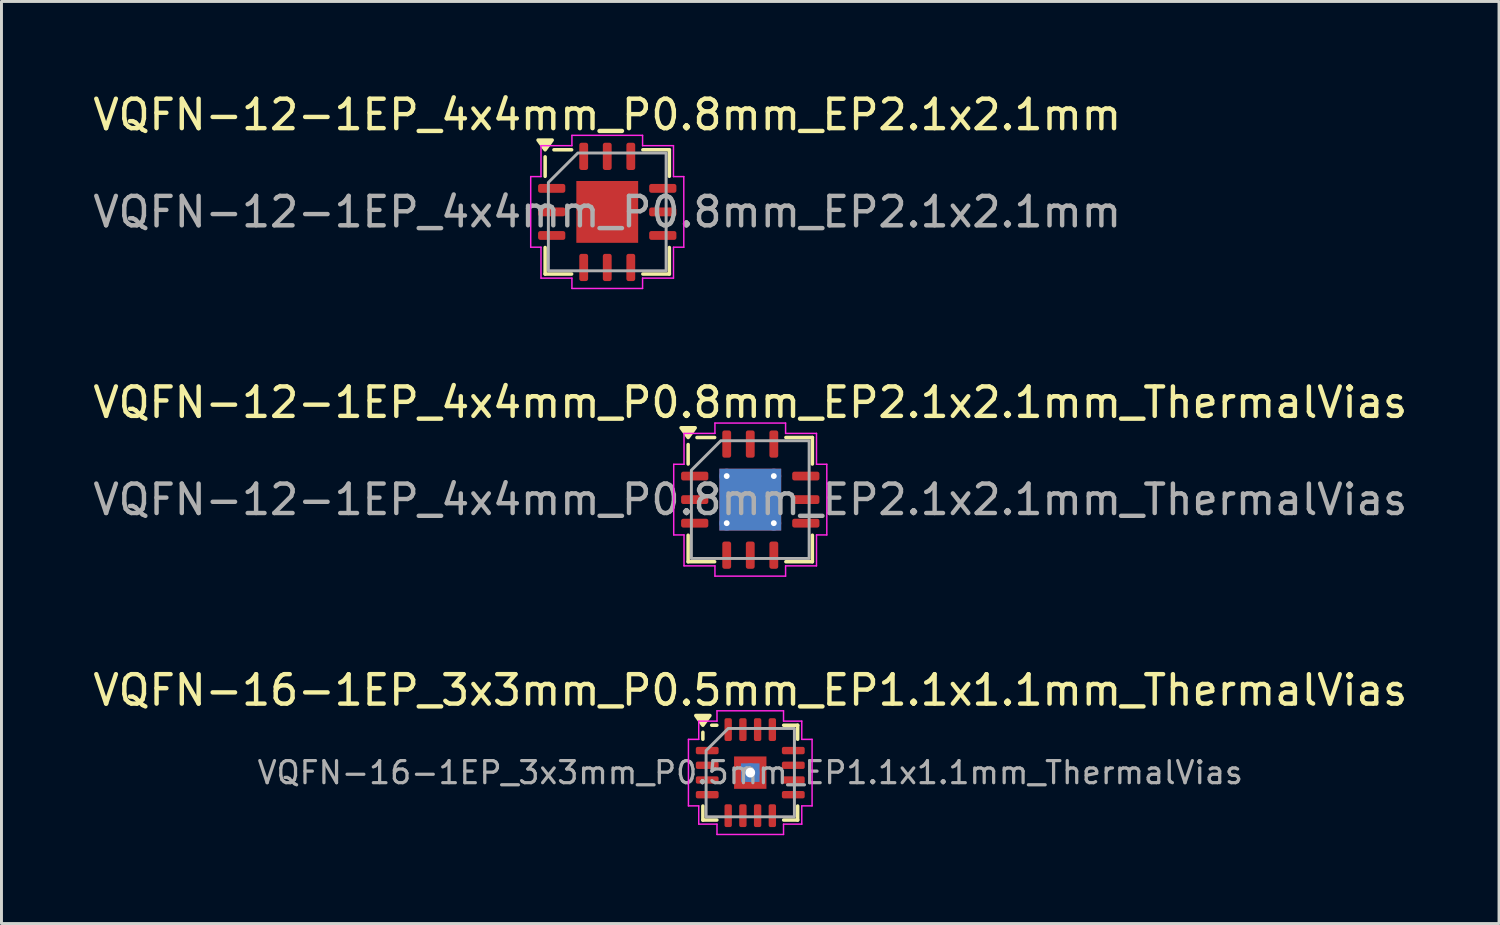
<source format=kicad_pcb>
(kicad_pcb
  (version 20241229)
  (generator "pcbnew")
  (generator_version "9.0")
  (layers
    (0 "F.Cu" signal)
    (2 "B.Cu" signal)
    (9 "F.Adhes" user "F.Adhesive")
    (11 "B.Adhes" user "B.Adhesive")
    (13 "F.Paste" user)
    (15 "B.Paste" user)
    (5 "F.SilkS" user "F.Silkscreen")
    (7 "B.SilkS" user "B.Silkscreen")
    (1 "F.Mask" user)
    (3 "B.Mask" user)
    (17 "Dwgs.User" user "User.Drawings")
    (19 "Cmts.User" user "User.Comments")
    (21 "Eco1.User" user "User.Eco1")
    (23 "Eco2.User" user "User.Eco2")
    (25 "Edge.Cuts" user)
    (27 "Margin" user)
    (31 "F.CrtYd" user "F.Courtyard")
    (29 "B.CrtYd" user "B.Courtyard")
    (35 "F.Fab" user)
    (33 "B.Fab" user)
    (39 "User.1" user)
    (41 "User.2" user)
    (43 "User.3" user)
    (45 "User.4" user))
  (footprint "VQFN-16-1EP_3x3mm_P0.5mm_EP1.1x1.1mm_ThermalVias"
    (layer "F.Cu")
    (at 22.435 23.195)
    (property "Reference" "VQFN-16-1EP_3x3mm_P0.5mm_EP1.1x1.1mm_ThermalVias" (at 0 -2.8 0) (layer "F.SilkS") (effects (font (size 1 1) (thickness 0.15))))
    (attr smd)
    (fp_line (start -1.61 -1.135) (end -1.61 -1.37) (stroke (width 0.12) (type solid)) (layer "F.SilkS"))
    (fp_line (start -1.61 1.61) (end -1.61 1.135) (stroke (width 0.12) (type solid)) (layer "F.SilkS"))
    (fp_line (start -1.135 -1.61) (end -1.31 -1.61) (stroke (width 0.12) (type solid)) (layer "F.SilkS"))
    (fp_line (start -1.135 1.61) (end -1.61 1.61) (stroke (width 0.12) (type solid)) (layer "F.SilkS"))
    (fp_line (start 1.135 -1.61) (end 1.61 -1.61) (stroke (width 0.12) (type solid)) (layer "F.SilkS"))
    (fp_line (start 1.135 1.61) (end 1.61 1.61) (stroke (width 0.12) (type solid)) (layer "F.SilkS"))
    (fp_line (start 1.61 -1.61) (end 1.61 -1.135) (stroke (width 0.12) (type solid)) (layer "F.SilkS"))
    (fp_line (start 1.61 1.61) (end 1.61 1.135) (stroke (width 0.12) (type solid)) (layer "F.SilkS"))
    (fp_poly (pts (xy -1.61 -1.61) (xy -1.85 -1.94) (xy -1.37 -1.94)) (stroke (width 0.12) (type solid)) (fill yes) (layer "F.SilkS"))
    (fp_line (start -2.1 -1.13) (end -1.75 -1.13) (stroke (width 0.05) (type solid)) (layer "F.CrtYd"))
    (fp_line (start -2.1 1.13) (end -2.1 -1.13) (stroke (width 0.05) (type solid)) (layer "F.CrtYd"))
    (fp_line (start -1.75 -1.75) (end -1.13 -1.75) (stroke (width 0.05) (type solid)) (layer "F.CrtYd"))
    (fp_line (start -1.75 -1.13) (end -1.75 -1.75) (stroke (width 0.05) (type solid)) (layer "F.CrtYd"))
    (fp_line (start -1.75 1.13) (end -2.1 1.13) (stroke (width 0.05) (type solid)) (layer "F.CrtYd"))
    (fp_line (start -1.75 1.75) (end -1.75 1.13) (stroke (width 0.05) (type solid)) (layer "F.CrtYd"))
    (fp_line (start -1.13 -2.1) (end 1.13 -2.1) (stroke (width 0.05) (type solid)) (layer "F.CrtYd"))
    (fp_line (start -1.13 -1.75) (end -1.13 -2.1) (stroke (width 0.05) (type solid)) (layer "F.CrtYd"))
    (fp_line (start -1.13 1.75) (end -1.75 1.75) (stroke (width 0.05) (type solid)) (layer "F.CrtYd"))
    (fp_line (start -1.13 2.1) (end -1.13 1.75) (stroke (width 0.05) (type solid)) (layer "F.CrtYd"))
    (fp_line (start 1.13 -2.1) (end 1.13 -1.75) (stroke (width 0.05) (type solid)) (layer "F.CrtYd"))
    (fp_line (start 1.13 -1.75) (end 1.75 -1.75) (stroke (width 0.05) (type solid)) (layer "F.CrtYd"))
    (fp_line (start 1.13 1.75) (end 1.13 2.1) (stroke (width 0.05) (type solid)) (layer "F.CrtYd"))
    (fp_line (start 1.13 2.1) (end -1.13 2.1) (stroke (width 0.05) (type solid)) (layer "F.CrtYd"))
    (fp_line (start 1.75 -1.75) (end 1.75 -1.13) (stroke (width 0.05) (type solid)) (layer "F.CrtYd"))
    (fp_line (start 1.75 -1.13) (end 2.1 -1.13) (stroke (width 0.05) (type solid)) (layer "F.CrtYd"))
    (fp_line (start 1.75 1.13) (end 1.75 1.75) (stroke (width 0.05) (type solid)) (layer "F.CrtYd"))
    (fp_line (start 1.75 1.75) (end 1.13 1.75) (stroke (width 0.05) (type solid)) (layer "F.CrtYd"))
    (fp_line (start 2.1 -1.13) (end 2.1 1.13) (stroke (width 0.05) (type solid)) (layer "F.CrtYd"))
    (fp_line (start 2.1 1.13) (end 1.75 1.13) (stroke (width 0.05) (type solid)) (layer "F.CrtYd"))
    (fp_poly (pts (xy -1.5 -0.75) (xy -1.5 1.5) (xy 1.5 1.5) (xy 1.5 -1.5) (xy -0.75 -1.5)) (stroke (width 0.1) (type solid)) (fill no) (layer "F.Fab"))
    (fp_text user "${REFERENCE}" (at 0 0 0) (layer "F.Fab") (effects (font (size 0.75 0.75) (thickness 0.11))))
    (pad "" smd roundrect (at 0 0) (size 0.89 0.89) (layers "F.Paste") (roundrect_rratio 0.25))
    (pad "1" smd roundrect (at -1.462 -0.75) (size 0.775 0.25) (layers "F.Cu" "F.Mask" "F.Paste") (roundrect_rratio 0.25))
    (pad "2" smd roundrect (at -1.462 -0.25) (size 0.775 0.25) (layers "F.Cu" "F.Mask" "F.Paste") (roundrect_rratio 0.25))
    (pad "3" smd roundrect (at -1.462 0.25) (size 0.775 0.25) (layers "F.Cu" "F.Mask" "F.Paste") (roundrect_rratio 0.25))
    (pad "4" smd roundrect (at -1.462 0.75) (size 0.775 0.25) (layers "F.Cu" "F.Mask" "F.Paste") (roundrect_rratio 0.25))
    (pad "5" smd roundrect (at -0.75 1.462) (size 0.25 0.775) (layers "F.Cu" "F.Mask" "F.Paste") (roundrect_rratio 0.25))
    (pad "6" smd roundrect (at -0.25 1.462) (size 0.25 0.775) (layers "F.Cu" "F.Mask" "F.Paste") (roundrect_rratio 0.25))
    (pad "7" smd roundrect (at 0.25 1.462) (size 0.25 0.775) (layers "F.Cu" "F.Mask" "F.Paste") (roundrect_rratio 0.25))
    (pad "8" smd roundrect (at 0.75 1.462) (size 0.25 0.775) (layers "F.Cu" "F.Mask" "F.Paste") (roundrect_rratio 0.25))
    (pad "9" smd roundrect (at 1.462 0.75) (size 0.775 0.25) (layers "F.Cu" "F.Mask" "F.Paste") (roundrect_rratio 0.25))
    (pad "10" smd roundrect (at 1.462 0.25) (size 0.775 0.25) (layers "F.Cu" "F.Mask" "F.Paste") (roundrect_rratio 0.25))
    (pad "11" smd roundrect (at 1.462 -0.25) (size 0.775 0.25) (layers "F.Cu" "F.Mask" "F.Paste") (roundrect_rratio 0.25))
    (pad "12" smd roundrect (at 1.462 -0.75) (size 0.775 0.25) (layers "F.Cu" "F.Mask" "F.Paste") (roundrect_rratio 0.25))
    (pad "13" smd roundrect (at 0.75 -1.462) (size 0.25 0.775) (layers "F.Cu" "F.Mask" "F.Paste") (roundrect_rratio 0.25))
    (pad "14" smd roundrect (at 0.25 -1.462) (size 0.25 0.775) (layers "F.Cu" "F.Mask" "F.Paste") (roundrect_rratio 0.25))
    (pad "15" smd roundrect (at -0.25 -1.462) (size 0.25 0.775) (layers "F.Cu" "F.Mask" "F.Paste") (roundrect_rratio 0.25))
    (pad "16" smd roundrect (at -0.75 -1.462) (size 0.25 0.775) (layers "F.Cu" "F.Mask" "F.Paste") (roundrect_rratio 0.25))
    (pad "17" thru_hole circle (at 0 0) (size 0.63 0.63) (drill 0.33) (property pad_prop_heatsink) (layers "*.Cu"))
    (pad "17" smd rect (at 0 0) (size 0.63 0.63) (property pad_prop_heatsink) (layers "B.Cu"))
    (pad "17" smd rect (at 0 0) (size 1.1 1.1) (property pad_prop_heatsink) (layers "F.Cu" "F.Mask")))
  (footprint "VQFN-12-1EP_4x4mm_P0.8mm_EP2.1x2.1mm"
    (layer "F.Cu")
    (at 17.577 4.148)
    (property "Reference" "VQFN-12-1EP_4x4mm_P0.8mm_EP2.1x2.1mm" (at 0 -3.3 0) (layer "F.SilkS") (effects (font (size 1 1) (thickness 0.15))))
    (attr smd)
    (fp_line (start -2.11 -1.21) (end -2.11 -1.87) (stroke (width 0.12) (type solid)) (layer "F.SilkS"))
    (fp_line (start -2.11 2.11) (end -2.11 1.21) (stroke (width 0.12) (type solid)) (layer "F.SilkS"))
    (fp_line (start -1.21 -2.11) (end -1.81 -2.11) (stroke (width 0.12) (type solid)) (layer "F.SilkS"))
    (fp_line (start -1.21 2.11) (end -2.11 2.11) (stroke (width 0.12) (type solid)) (layer "F.SilkS"))
    (fp_line (start 1.21 -2.11) (end 2.11 -2.11) (stroke (width 0.12) (type solid)) (layer "F.SilkS"))
    (fp_line (start 1.21 2.11) (end 2.11 2.11) (stroke (width 0.12) (type solid)) (layer "F.SilkS"))
    (fp_line (start 2.11 -2.11) (end 2.11 -1.21) (stroke (width 0.12) (type solid)) (layer "F.SilkS"))
    (fp_line (start 2.11 2.11) (end 2.11 1.21) (stroke (width 0.12) (type solid)) (layer "F.SilkS"))
    (fp_poly (pts (xy -2.11 -2.11) (xy -2.35 -2.44) (xy -1.87 -2.44)) (stroke (width 0.12) (type solid)) (fill yes) (layer "F.SilkS"))
    (fp_line (start -2.6 -1.2) (end -2.25 -1.2) (stroke (width 0.05) (type solid)) (layer "F.CrtYd"))
    (fp_line (start -2.6 1.2) (end -2.6 -1.2) (stroke (width 0.05) (type solid)) (layer "F.CrtYd"))
    (fp_line (start -2.25 -2.25) (end -1.2 -2.25) (stroke (width 0.05) (type solid)) (layer "F.CrtYd"))
    (fp_line (start -2.25 -1.2) (end -2.25 -2.25) (stroke (width 0.05) (type solid)) (layer "F.CrtYd"))
    (fp_line (start -2.25 1.2) (end -2.6 1.2) (stroke (width 0.05) (type solid)) (layer "F.CrtYd"))
    (fp_line (start -2.25 2.25) (end -2.25 1.2) (stroke (width 0.05) (type solid)) (layer "F.CrtYd"))
    (fp_line (start -1.2 -2.6) (end 1.2 -2.6) (stroke (width 0.05) (type solid)) (layer "F.CrtYd"))
    (fp_line (start -1.2 -2.25) (end -1.2 -2.6) (stroke (width 0.05) (type solid)) (layer "F.CrtYd"))
    (fp_line (start -1.2 2.25) (end -2.25 2.25) (stroke (width 0.05) (type solid)) (layer "F.CrtYd"))
    (fp_line (start -1.2 2.6) (end -1.2 2.25) (stroke (width 0.05) (type solid)) (layer "F.CrtYd"))
    (fp_line (start 1.2 -2.6) (end 1.2 -2.25) (stroke (width 0.05) (type solid)) (layer "F.CrtYd"))
    (fp_line (start 1.2 -2.25) (end 2.25 -2.25) (stroke (width 0.05) (type solid)) (layer "F.CrtYd"))
    (fp_line (start 1.2 2.25) (end 1.2 2.6) (stroke (width 0.05) (type solid)) (layer "F.CrtYd"))
    (fp_line (start 1.2 2.6) (end -1.2 2.6) (stroke (width 0.05) (type solid)) (layer "F.CrtYd"))
    (fp_line (start 2.25 -2.25) (end 2.25 -1.2) (stroke (width 0.05) (type solid)) (layer "F.CrtYd"))
    (fp_line (start 2.25 -1.2) (end 2.6 -1.2) (stroke (width 0.05) (type solid)) (layer "F.CrtYd"))
    (fp_line (start 2.25 1.2) (end 2.25 2.25) (stroke (width 0.05) (type solid)) (layer "F.CrtYd"))
    (fp_line (start 2.25 2.25) (end 1.2 2.25) (stroke (width 0.05) (type solid)) (layer "F.CrtYd"))
    (fp_line (start 2.6 -1.2) (end 2.6 1.2) (stroke (width 0.05) (type solid)) (layer "F.CrtYd"))
    (fp_line (start 2.6 1.2) (end 2.25 1.2) (stroke (width 0.05) (type solid)) (layer "F.CrtYd"))
    (fp_poly (pts (xy -2 -1) (xy -2 2) (xy 2 2) (xy 2 -2) (xy -1 -2)) (stroke (width 0.1) (type solid)) (fill no) (layer "F.Fab"))
    (fp_text user "${REFERENCE}" (at 0 0 0) (layer "F.Fab") (effects (font (size 1 1) (thickness 0.15))))
    (pad "" smd roundrect (at -0.525 -0.525) (size 0.85 0.85) (layers "F.Paste") (roundrect_rratio 0.25))
    (pad "" smd roundrect (at -0.525 0.525) (size 0.85 0.85) (layers "F.Paste") (roundrect_rratio 0.25))
    (pad "" smd roundrect (at 0.525 -0.525) (size 0.85 0.85) (layers "F.Paste") (roundrect_rratio 0.25))
    (pad "" smd roundrect (at 0.525 0.525) (size 0.85 0.85) (layers "F.Paste") (roundrect_rratio 0.25))
    (pad "1" smd roundrect (at -1.887 -0.8) (size 0.925 0.3) (layers "F.Cu" "F.Mask" "F.Paste") (roundrect_rratio 0.25))
    (pad "2" smd roundrect (at -1.887 0) (size 0.925 0.3) (layers "F.Cu" "F.Mask" "F.Paste") (roundrect_rratio 0.25))
    (pad "3" smd roundrect (at -1.887 0.8) (size 0.925 0.3) (layers "F.Cu" "F.Mask" "F.Paste") (roundrect_rratio 0.25))
    (pad "4" smd roundrect (at -0.8 1.887) (size 0.3 0.925) (layers "F.Cu" "F.Mask" "F.Paste") (roundrect_rratio 0.25))
    (pad "5" smd roundrect (at 0 1.887) (size 0.3 0.925) (layers "F.Cu" "F.Mask" "F.Paste") (roundrect_rratio 0.25))
    (pad "6" smd roundrect (at 0.8 1.887) (size 0.3 0.925) (layers "F.Cu" "F.Mask" "F.Paste") (roundrect_rratio 0.25))
    (pad "7" smd roundrect (at 1.887 0.8) (size 0.925 0.3) (layers "F.Cu" "F.Mask" "F.Paste") (roundrect_rratio 0.25))
    (pad "8" smd roundrect (at 1.887 0) (size 0.925 0.3) (layers "F.Cu" "F.Mask" "F.Paste") (roundrect_rratio 0.25))
    (pad "9" smd roundrect (at 1.887 -0.8) (size 0.925 0.3) (layers "F.Cu" "F.Mask" "F.Paste") (roundrect_rratio 0.25))
    (pad "10" smd roundrect (at 0.8 -1.887) (size 0.3 0.925) (layers "F.Cu" "F.Mask" "F.Paste") (roundrect_rratio 0.25))
    (pad "11" smd roundrect (at 0 -1.887) (size 0.3 0.925) (layers "F.Cu" "F.Mask" "F.Paste") (roundrect_rratio 0.25))
    (pad "12" smd roundrect (at -0.8 -1.887) (size 0.3 0.925) (layers "F.Cu" "F.Mask" "F.Paste") (roundrect_rratio 0.25))
    (pad "13" smd rect (at 0 0) (size 2.1 2.1) (property pad_prop_heatsink) (layers "F.Cu" "F.Mask")))
  (footprint "VQFN-12-1EP_4x4mm_P0.8mm_EP2.1x2.1mm_ThermalVias"
    (layer "F.Cu")
    (at 22.435 13.921)
    (property "Reference" "VQFN-12-1EP_4x4mm_P0.8mm_EP2.1x2.1mm_ThermalVias" (at 0 -3.3 0) (layer "F.SilkS") (effects (font (size 1 1) (thickness 0.15))))
    (attr smd)
    (fp_line (start -2.11 -1.21) (end -2.11 -1.87) (stroke (width 0.12) (type solid)) (layer "F.SilkS"))
    (fp_line (start -2.11 2.11) (end -2.11 1.21) (stroke (width 0.12) (type solid)) (layer "F.SilkS"))
    (fp_line (start -1.21 -2.11) (end -1.81 -2.11) (stroke (width 0.12) (type solid)) (layer "F.SilkS"))
    (fp_line (start -1.21 2.11) (end -2.11 2.11) (stroke (width 0.12) (type solid)) (layer "F.SilkS"))
    (fp_line (start 1.21 -2.11) (end 2.11 -2.11) (stroke (width 0.12) (type solid)) (layer "F.SilkS"))
    (fp_line (start 1.21 2.11) (end 2.11 2.11) (stroke (width 0.12) (type solid)) (layer "F.SilkS"))
    (fp_line (start 2.11 -2.11) (end 2.11 -1.21) (stroke (width 0.12) (type solid)) (layer "F.SilkS"))
    (fp_line (start 2.11 2.11) (end 2.11 1.21) (stroke (width 0.12) (type solid)) (layer "F.SilkS"))
    (fp_poly (pts (xy -2.11 -2.11) (xy -2.35 -2.44) (xy -1.87 -2.44)) (stroke (width 0.12) (type solid)) (fill yes) (layer "F.SilkS"))
    (fp_line (start -2.6 -1.2) (end -2.25 -1.2) (stroke (width 0.05) (type solid)) (layer "F.CrtYd"))
    (fp_line (start -2.6 1.2) (end -2.6 -1.2) (stroke (width 0.05) (type solid)) (layer "F.CrtYd"))
    (fp_line (start -2.25 -2.25) (end -1.2 -2.25) (stroke (width 0.05) (type solid)) (layer "F.CrtYd"))
    (fp_line (start -2.25 -1.2) (end -2.25 -2.25) (stroke (width 0.05) (type solid)) (layer "F.CrtYd"))
    (fp_line (start -2.25 1.2) (end -2.6 1.2) (stroke (width 0.05) (type solid)) (layer "F.CrtYd"))
    (fp_line (start -2.25 2.25) (end -2.25 1.2) (stroke (width 0.05) (type solid)) (layer "F.CrtYd"))
    (fp_line (start -1.2 -2.6) (end 1.2 -2.6) (stroke (width 0.05) (type solid)) (layer "F.CrtYd"))
    (fp_line (start -1.2 -2.25) (end -1.2 -2.6) (stroke (width 0.05) (type solid)) (layer "F.CrtYd"))
    (fp_line (start -1.2 2.25) (end -2.25 2.25) (stroke (width 0.05) (type solid)) (layer "F.CrtYd"))
    (fp_line (start -1.2 2.6) (end -1.2 2.25) (stroke (width 0.05) (type solid)) (layer "F.CrtYd"))
    (fp_line (start 1.2 -2.6) (end 1.2 -2.25) (stroke (width 0.05) (type solid)) (layer "F.CrtYd"))
    (fp_line (start 1.2 -2.25) (end 2.25 -2.25) (stroke (width 0.05) (type solid)) (layer "F.CrtYd"))
    (fp_line (start 1.2 2.25) (end 1.2 2.6) (stroke (width 0.05) (type solid)) (layer "F.CrtYd"))
    (fp_line (start 1.2 2.6) (end -1.2 2.6) (stroke (width 0.05) (type solid)) (layer "F.CrtYd"))
    (fp_line (start 2.25 -2.25) (end 2.25 -1.2) (stroke (width 0.05) (type solid)) (layer "F.CrtYd"))
    (fp_line (start 2.25 -1.2) (end 2.6 -1.2) (stroke (width 0.05) (type solid)) (layer "F.CrtYd"))
    (fp_line (start 2.25 1.2) (end 2.25 2.25) (stroke (width 0.05) (type solid)) (layer "F.CrtYd"))
    (fp_line (start 2.25 2.25) (end 1.2 2.25) (stroke (width 0.05) (type solid)) (layer "F.CrtYd"))
    (fp_line (start 2.6 -1.2) (end 2.6 1.2) (stroke (width 0.05) (type solid)) (layer "F.CrtYd"))
    (fp_line (start 2.6 1.2) (end 2.25 1.2) (stroke (width 0.05) (type solid)) (layer "F.CrtYd"))
    (fp_poly (pts (xy -2 -1) (xy -2 2) (xy 2 2) (xy 2 -2) (xy -1 -2)) (stroke (width 0.1) (type solid)) (fill no) (layer "F.Fab"))
    (fp_text user "${REFERENCE}" (at 0 0 0) (layer "F.Fab") (effects (font (size 1 1) (thickness 0.15))))
    (pad "" smd roundrect (at -0.525 -0.525) (size 0.85 0.85) (layers "F.Paste") (roundrect_rratio 0.25))
    (pad "" smd roundrect (at -0.525 0.525) (size 0.85 0.85) (layers "F.Paste") (roundrect_rratio 0.25))
    (pad "" smd roundrect (at 0.525 -0.525) (size 0.85 0.85) (layers "F.Paste") (roundrect_rratio 0.25))
    (pad "" smd roundrect (at 0.525 0.525) (size 0.85 0.85) (layers "F.Paste") (roundrect_rratio 0.25))
    (pad "1" smd roundrect (at -1.887 -0.8) (size 0.925 0.3) (layers "F.Cu" "F.Mask" "F.Paste") (roundrect_rratio 0.25))
    (pad "2" smd roundrect (at -1.887 0) (size 0.925 0.3) (layers "F.Cu" "F.Mask" "F.Paste") (roundrect_rratio 0.25))
    (pad "3" smd roundrect (at -1.887 0.8) (size 0.925 0.3) (layers "F.Cu" "F.Mask" "F.Paste") (roundrect_rratio 0.25))
    (pad "4" smd roundrect (at -0.8 1.887) (size 0.3 0.925) (layers "F.Cu" "F.Mask" "F.Paste") (roundrect_rratio 0.25))
    (pad "5" smd roundrect (at 0 1.887) (size 0.3 0.925) (layers "F.Cu" "F.Mask" "F.Paste") (roundrect_rratio 0.25))
    (pad "6" smd roundrect (at 0.8 1.887) (size 0.3 0.925) (layers "F.Cu" "F.Mask" "F.Paste") (roundrect_rratio 0.25))
    (pad "7" smd roundrect (at 1.887 0.8) (size 0.925 0.3) (layers "F.Cu" "F.Mask" "F.Paste") (roundrect_rratio 0.25))
    (pad "8" smd roundrect (at 1.887 0) (size 0.925 0.3) (layers "F.Cu" "F.Mask" "F.Paste") (roundrect_rratio 0.25))
    (pad "9" smd roundrect (at 1.887 -0.8) (size 0.925 0.3) (layers "F.Cu" "F.Mask" "F.Paste") (roundrect_rratio 0.25))
    (pad "10" smd roundrect (at 0.8 -1.887) (size 0.3 0.925) (layers "F.Cu" "F.Mask" "F.Paste") (roundrect_rratio 0.25))
    (pad "11" smd roundrect (at 0 -1.887) (size 0.3 0.925) (layers "F.Cu" "F.Mask" "F.Paste") (roundrect_rratio 0.25))
    (pad "12" smd roundrect (at -0.8 -1.887) (size 0.3 0.925) (layers "F.Cu" "F.Mask" "F.Paste") (roundrect_rratio 0.25))
    (pad "13" thru_hole circle (at -0.8 -0.8) (size 0.5 0.5) (drill 0.2) (property pad_prop_heatsink) (layers "*.Cu"))
    (pad "13" thru_hole circle (at -0.8 0.8) (size 0.5 0.5) (drill 0.2) (property pad_prop_heatsink) (layers "*.Cu"))
    (pad "13" smd rect (at 0 0) (size 2.1 2.1) (property pad_prop_heatsink) (layers "F.Cu" "F.Mask"))
    (pad "13" smd rect (at 0 0) (size 2.1 2.1) (property pad_prop_heatsink) (layers "B.Cu"))
    (pad "13" thru_hole circle (at 0.8 -0.8) (size 0.5 0.5) (drill 0.2) (property pad_prop_heatsink) (layers "*.Cu"))
    (pad "13" thru_hole circle (at 0.8 0.8) (size 0.5 0.5) (drill 0.2) (property pad_prop_heatsink) (layers "*.Cu")))
  (gr_rect
    (start -3 -3)
    (end 47.869 28.32)
    (stroke (width 0.1) (type default))
    (fill no)
    (layer "Edge.Cuts")))
</source>
